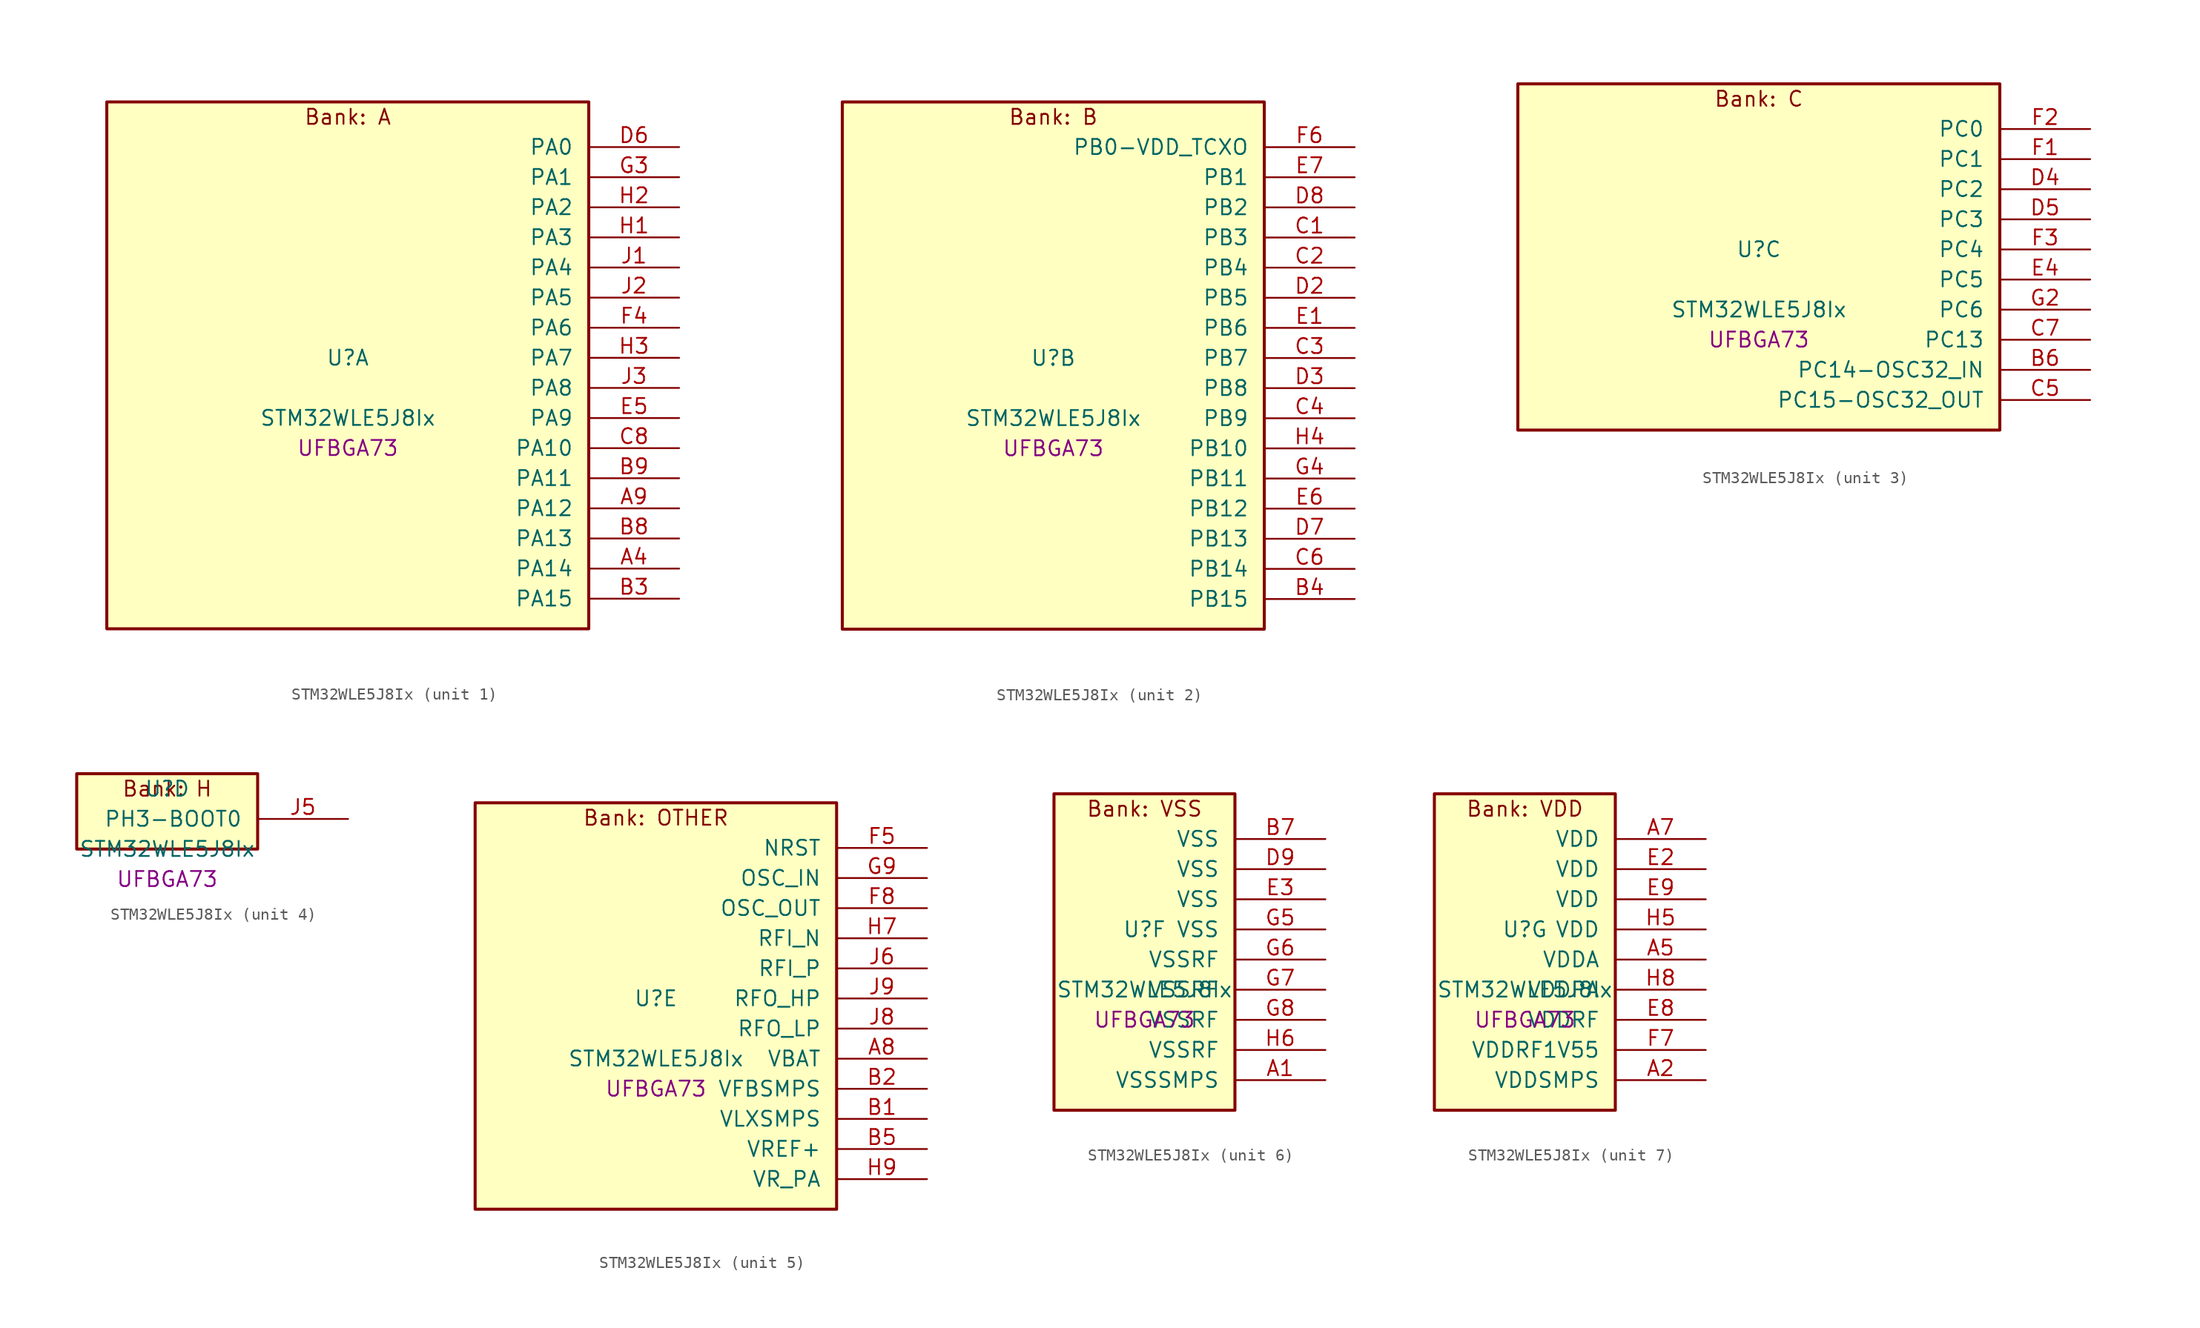
<source format=kicad_sym>
(kicad_symbol_lib
  (version 20241209)
  (generator "stm32_pkl_generator")
  (generator_version "1.0")
  (symbol "STM32WLE5J8Ix"
    (pin_names
      (offset 1.27))
    (property "Reference" "U"
      (at 0 2.54 0))
    (property "Value" "STM32WLE5J8Ix"
      (at 0 -2.54 0))
    (property "Footprint" "UFBGA73"
      (at 0 -5.08 0))
    (symbol "STM32WLE5J8Ix_1_1"
      (rectangle (start -20.32 24.13) (end 20.32 -20.32) (stroke (width 0.254) (type solid)) (fill (type background)))
      (text "Bank: A" (at 0 22.86 0))
      (pin bidirectional line (at 27.94 20.32 180) (length 7.62) (name "PA0") (number "D6") (alternate "PA0/COMP1_OUT" bidirectional line) (alternate "PA0/DEBUG_PWR-REGLP1S" bidirectional line) (alternate "PA0/I2C3_SMBA" bidirectional line) (alternate "PA0/I2S_CKIN" bidirectional line) (alternate "PA0/PWR_WKUP1" bidirectional line) (alternate "PA0/RTC_TAMP_IN2" bidirectional line) (alternate "PA0/TIM2_CH1" bidirectional line) (alternate "PA0/TIM2_ETR" bidirectional line) (alternate "PA0/USART2_CTS" bidirectional line) (alternate "PA0/USART2_NSS" bidirectional line))
      (pin bidirectional line (at 27.94 17.78 180) (length 7.62) (name "PA1") (number "G3") (alternate "PA1/DEBUG_PWR-REGLP2S" bidirectional line) (alternate "PA1/I2C1_SMBA" bidirectional line) (alternate "PA1/LPTIM3_OUT" bidirectional line) (alternate "PA1/LPUART1_RTS" bidirectional line) (alternate "PA1/SPI1_SCK" bidirectional line) (alternate "PA1/TIM2_CH2" bidirectional line) (alternate "PA1/USART2_DE" bidirectional line) (alternate "PA1/USART2_RTS" bidirectional line))
      (pin bidirectional line (at 27.94 15.24 180) (length 7.62) (name "PA2") (number "H2") (alternate "PA2/COMP2_OUT" bidirectional line) (alternate "PA2/DEBUG_PWR-LDORDY" bidirectional line) (alternate "PA2/LPUART1_TX" bidirectional line) (alternate "PA2/RCC_LSCO" bidirectional line) (alternate "PA2/TIM2_CH3" bidirectional line) (alternate "PA2/USART2_TX" bidirectional line))
      (pin bidirectional line (at 27.94 12.7 180) (length 7.62) (name "PA3") (number "H1") (alternate "PA3/I2S2_MCK" bidirectional line) (alternate "PA3/LPUART1_RX" bidirectional line) (alternate "PA3/TIM2_CH4" bidirectional line) (alternate "PA3/USART2_RX" bidirectional line))
      (pin bidirectional line (at 27.94 10.16 180) (length 7.62) (name "PA4") (number "J1") (alternate "PA4/DEBUG_SUBGHZSPI-NSSOUT" bidirectional line) (alternate "PA4/LPTIM1_OUT" bidirectional line) (alternate "PA4/LPTIM2_OUT" bidirectional line) (alternate "PA4/RTC_OUT2" bidirectional line) (alternate "PA4/SPI1_NSS" bidirectional line) (alternate "PA4/USART2_CK" bidirectional line))
      (pin bidirectional line (at 27.94 7.62 180) (length 7.62) (name "PA5") (number "J2") (alternate "PA5/DEBUG_SUBGHZSPI-SCKOUT" bidirectional line) (alternate "PA5/LPTIM2_ETR" bidirectional line) (alternate "PA5/SPI1_SCK" bidirectional line) (alternate "PA5/SPI2_MISO" bidirectional line) (alternate "PA5/TIM2_CH1" bidirectional line) (alternate "PA5/TIM2_ETR" bidirectional line))
      (pin bidirectional line (at 27.94 5.08 180) (length 7.62) (name "PA6") (number "F4") (alternate "PA6/DEBUG_SUBGHZSPI-MISOOUT" bidirectional line) (alternate "PA6/I2C2_SMBA" bidirectional line) (alternate "PA6/LPUART1_CTS" bidirectional line) (alternate "PA6/SPI1_MISO" bidirectional line) (alternate "PA6/TIM16_CH1" bidirectional line) (alternate "PA6/TIM1_BKIN" bidirectional line))
      (pin bidirectional line (at 27.94 2.54 180) (length 7.62) (name "PA7") (number "H3") (alternate "PA7/COMP2_OUT" bidirectional line) (alternate "PA7/DEBUG_SUBGHZSPI-MOSIOUT" bidirectional line) (alternate "PA7/I2C3_SCL" bidirectional line) (alternate "PA7/SPI1_MOSI" bidirectional line) (alternate "PA7/TIM17_CH1" bidirectional line) (alternate "PA7/TIM1_CH1N" bidirectional line))
      (pin bidirectional line (at 27.94 0 180) (length 7.62) (name "PA8") (number "J3") (alternate "PA8/I2S2_CK" bidirectional line) (alternate "PA8/LPTIM2_OUT" bidirectional line) (alternate "PA8/RCC_MCO" bidirectional line) (alternate "PA8/SPI2_SCK" bidirectional line) (alternate "PA8/TIM1_CH1" bidirectional line) (alternate "PA8/USART1_CK" bidirectional line))
      (pin bidirectional line (at 27.94 -2.54 180) (length 7.62) (name "PA9") (number "E5") (alternate "PA9/DAC_EXTI9" bidirectional line) (alternate "PA9/I2C1_SCL" bidirectional line) (alternate "PA9/I2S2_CK" bidirectional line) (alternate "PA9/I2S2_WS" bidirectional line) (alternate "PA9/SPI2_NSS" bidirectional line) (alternate "PA9/SPI2_SCK" bidirectional line) (alternate "PA9/TIM1_CH2" bidirectional line) (alternate "PA9/USART1_TX" bidirectional line))
      (pin bidirectional line (at 27.94 -5.08 180) (length 7.62) (name "PA10") (number "C8") (alternate "PA10/ADC_IN6" bidirectional line) (alternate "PA10/COMP1_INM" bidirectional line) (alternate "PA10/COMP2_INM" bidirectional line) (alternate "PA10/DAC_OUT1" bidirectional line) (alternate "PA10/DEBUG_RF-HSE32RDY" bidirectional line) (alternate "PA10/I2C1_SDA" bidirectional line) (alternate "PA10/I2S2_SD" bidirectional line) (alternate "PA10/RTC_REFIN" bidirectional line) (alternate "PA10/SPI2_MOSI" bidirectional line) (alternate "PA10/TIM17_BKIN" bidirectional line) (alternate "PA10/TIM1_CH3" bidirectional line) (alternate "PA10/USART1_RX" bidirectional line))
      (pin bidirectional line (at 27.94 -7.62 180) (length 7.62) (name "PA11") (number "B9") (alternate "PA11/ADC_EXTI11" bidirectional line) (alternate "PA11/ADC_IN7" bidirectional line) (alternate "PA11/COMP1_INM" bidirectional line) (alternate "PA11/COMP2_INM" bidirectional line) (alternate "PA11/DEBUG_RF-NRESET" bidirectional line) (alternate "PA11/I2C2_SDA" bidirectional line) (alternate "PA11/LPTIM3_ETR" bidirectional line) (alternate "PA11/SPI1_MISO" bidirectional line) (alternate "PA11/TIM1_BKIN2" bidirectional line) (alternate "PA11/TIM1_CH4" bidirectional line) (alternate "PA11/USART1_CTS" bidirectional line) (alternate "PA11/USART1_NSS" bidirectional line))
      (pin bidirectional line (at 27.94 -10.16 180) (length 7.62) (name "PA12") (number "A9") (alternate "PA12/ADC_IN8" bidirectional line) (alternate "PA12/DEBUG_RF-BUSY" bidirectional line) (alternate "PA12/I2C2_SCL" bidirectional line) (alternate "PA12/LPTIM3_IN1" bidirectional line) (alternate "PA12/SPI1_MOSI" bidirectional line) (alternate "PA12/TIM1_ETR" bidirectional line) (alternate "PA12/USART1_DE" bidirectional line) (alternate "PA12/USART1_RTS" bidirectional line))
      (pin bidirectional line (at 27.94 -12.7 180) (length 7.62) (name "PA13") (number "B8") (alternate "PA13/ADC_IN9" bidirectional line) (alternate "PA13/DEBUG_JTMS-SWDIO" bidirectional line) (alternate "PA13/I2C2_SMBA" bidirectional line) (alternate "PA13/IR_OUT" bidirectional line))
      (pin bidirectional line (at 27.94 -15.24 180) (length 7.62) (name "PA14") (number "A4") (alternate "PA14/ADC_IN10" bidirectional line) (alternate "PA14/DEBUG_JTCK-SWCLK" bidirectional line) (alternate "PA14/I2C1_SMBA" bidirectional line) (alternate "PA14/LPTIM1_OUT" bidirectional line))
      (pin bidirectional line (at 27.94 -17.78 180) (length 7.62) (name "PA15") (number "B3") (alternate "PA15/ADC_IN11" bidirectional line) (alternate "PA15/COMP1_INM" bidirectional line) (alternate "PA15/COMP2_INP" bidirectional line) (alternate "PA15/DEBUG_JTDI" bidirectional line) (alternate "PA15/I2C2_SDA" bidirectional line) (alternate "PA15/SPI1_NSS" bidirectional line) (alternate "PA15/TIM2_CH1" bidirectional line) (alternate "PA15/TIM2_ETR" bidirectional line)))
    (symbol "STM32WLE5J8Ix_2_1"
      (rectangle (start -17.78 24.13) (end 17.78 -20.32) (stroke (width 0.254) (type solid)) (fill (type background)))
      (text "Bank: B" (at 0 22.86 0))
      (pin bidirectional line (at 25.4 20.32 180) (length 7.62) (name "PB0-VDD_TCXO") (number "F6") (alternate "PB0-VDD_TCXO/COMP1_OUT" bidirectional line) (alternate "PB0-VDD_TCXO/VDDTCXO" bidirectional line))
      (pin bidirectional line (at 25.4 17.78 180) (length 7.62) (name "PB1") (number "E7") (alternate "PB1/ADC_IN5" bidirectional line) (alternate "PB1/COMP2_INP" bidirectional line) (alternate "PB1/LPTIM2_IN1" bidirectional line) (alternate "PB1/LPUART1_DE" bidirectional line) (alternate "PB1/LPUART1_RTS" bidirectional line))
      (pin bidirectional line (at 25.4 15.24 180) (length 7.62) (name "PB2") (number "D8") (alternate "PB2/ADC_IN4" bidirectional line) (alternate "PB2/COMP1_INP" bidirectional line) (alternate "PB2/COMP2_INM" bidirectional line) (alternate "PB2/DEBUG_RF-SMPSRDY" bidirectional line) (alternate "PB2/I2C3_SMBA" bidirectional line) (alternate "PB2/LPTIM1_OUT" bidirectional line) (alternate "PB2/SPI1_NSS" bidirectional line))
      (pin bidirectional line (at 25.4 12.7 180) (length 7.62) (name "PB3") (number "C1") (alternate "PB3/ADC_IN2" bidirectional line) (alternate "PB3/COMP1_INM" bidirectional line) (alternate "PB3/COMP2_INM" bidirectional line) (alternate "PB3/DEBUG_JTDO-SWO" bidirectional line) (alternate "PB3/DEBUG_RF-DTB1" bidirectional line) (alternate "PB3/PWR_WKUP3" bidirectional line) (alternate "PB3/RTC_TAMP_IN3" bidirectional line) (alternate "PB3/SPI1_SCK" bidirectional line) (alternate "PB3/TIM2_CH2" bidirectional line) (alternate "PB3/USART1_DE" bidirectional line) (alternate "PB3/USART1_RTS" bidirectional line))
      (pin bidirectional line (at 25.4 10.16 180) (length 7.62) (name "PB4") (number "C2") (alternate "PB4/ADC_IN3" bidirectional line) (alternate "PB4/COMP1_INP" bidirectional line) (alternate "PB4/COMP2_INP" bidirectional line) (alternate "PB4/DEBUG_JTRST" bidirectional line) (alternate "PB4/DEBUG_RF-LDORDY" bidirectional line) (alternate "PB4/I2C3_SDA" bidirectional line) (alternate "PB4/SPI1_MISO" bidirectional line) (alternate "PB4/TIM17_BKIN" bidirectional line) (alternate "PB4/USART1_CTS" bidirectional line) (alternate "PB4/USART1_NSS" bidirectional line))
      (pin bidirectional line (at 25.4 7.62 180) (length 7.62) (name "PB5") (number "D2") (alternate "PB5/COMP2_OUT" bidirectional line) (alternate "PB5/I2C1_SMBA" bidirectional line) (alternate "PB5/LPTIM1_IN1" bidirectional line) (alternate "PB5/SPI1_MOSI" bidirectional line) (alternate "PB5/TIM16_BKIN" bidirectional line) (alternate "PB5/USART1_CK" bidirectional line))
      (pin bidirectional line (at 25.4 5.08 180) (length 7.62) (name "PB6") (number "E1") (alternate "PB6/I2C1_SCL" bidirectional line) (alternate "PB6/LPTIM1_ETR" bidirectional line) (alternate "PB6/TIM16_CH1N" bidirectional line) (alternate "PB6/USART1_TX" bidirectional line))
      (pin bidirectional line (at 25.4 2.54 180) (length 7.62) (name "PB7") (number "C3") (alternate "PB7/I2C1_SDA" bidirectional line) (alternate "PB7/LPTIM1_IN2" bidirectional line) (alternate "PB7/PWR_PVD_IN" bidirectional line) (alternate "PB7/TIM17_CH1N" bidirectional line) (alternate "PB7/TIM1_BKIN" bidirectional line) (alternate "PB7/USART1_RX" bidirectional line))
      (pin bidirectional line (at 25.4 0 180) (length 7.62) (name "PB8") (number "D3") (alternate "PB8/I2C1_SCL" bidirectional line) (alternate "PB8/TIM16_CH1" bidirectional line) (alternate "PB8/TIM1_CH2N" bidirectional line))
      (pin bidirectional line (at 25.4 -2.54 180) (length 7.62) (name "PB9") (number "C4") (alternate "PB9/DAC_EXTI9" bidirectional line) (alternate "PB9/I2C1_SDA" bidirectional line) (alternate "PB9/I2S2_WS" bidirectional line) (alternate "PB9/IR_OUT" bidirectional line) (alternate "PB9/SPI2_NSS" bidirectional line) (alternate "PB9/TIM17_CH1" bidirectional line) (alternate "PB9/TIM1_CH3N" bidirectional line))
      (pin bidirectional line (at 25.4 -5.08 180) (length 7.62) (name "PB10") (number "H4") (alternate "PB10/COMP1_OUT" bidirectional line) (alternate "PB10/I2C3_SCL" bidirectional line) (alternate "PB10/I2S2_CK" bidirectional line) (alternate "PB10/LPUART1_RX" bidirectional line) (alternate "PB10/SPI2_SCK" bidirectional line) (alternate "PB10/TIM2_CH3" bidirectional line))
      (pin bidirectional line (at 25.4 -7.62 180) (length 7.62) (name "PB11") (number "G4") (alternate "PB11/ADC_EXTI11" bidirectional line) (alternate "PB11/COMP2_OUT" bidirectional line) (alternate "PB11/I2C3_SDA" bidirectional line) (alternate "PB11/LPUART1_TX" bidirectional line) (alternate "PB11/TIM2_CH4" bidirectional line))
      (pin bidirectional line (at 25.4 -10.16 180) (length 7.62) (name "PB12") (number "E6") (alternate "PB12/I2C3_SMBA" bidirectional line) (alternate "PB12/I2S2_WS" bidirectional line) (alternate "PB12/LPUART1_RTS" bidirectional line) (alternate "PB12/SPI2_NSS" bidirectional line) (alternate "PB12/TIM1_BKIN" bidirectional line))
      (pin bidirectional line (at 25.4 -12.7 180) (length 7.62) (name "PB13") (number "D7") (alternate "PB13/ADC_IN0" bidirectional line) (alternate "PB13/I2C3_SCL" bidirectional line) (alternate "PB13/I2S2_CK" bidirectional line) (alternate "PB13/LPUART1_CTS" bidirectional line) (alternate "PB13/SPI2_SCK" bidirectional line) (alternate "PB13/TIM1_CH1N" bidirectional line))
      (pin bidirectional line (at 25.4 -15.24 180) (length 7.62) (name "PB14") (number "C6") (alternate "PB14/ADC_IN1" bidirectional line) (alternate "PB14/I2C3_SDA" bidirectional line) (alternate "PB14/I2S2_MCK" bidirectional line) (alternate "PB14/SPI2_MISO" bidirectional line) (alternate "PB14/TIM1_CH2N" bidirectional line))
      (pin bidirectional line (at 25.4 -17.78 180) (length 7.62) (name "PB15") (number "B4") (alternate "PB15/I2C2_SCL" bidirectional line) (alternate "PB15/I2S2_SD" bidirectional line) (alternate "PB15/SPI2_MOSI" bidirectional line) (alternate "PB15/TIM1_CH3N" bidirectional line)))
    (symbol "STM32WLE5J8Ix_3_1"
      (rectangle (start -20.32 16.51) (end 20.32 -12.7) (stroke (width 0.254) (type solid)) (fill (type background)))
      (text "Bank: C" (at 0 15.24 0))
      (pin bidirectional line (at 27.94 12.7 180) (length 7.62) (name "PC0") (number "F2") (alternate "PC0/I2C3_SCL" bidirectional line) (alternate "PC0/LPTIM1_IN1" bidirectional line) (alternate "PC0/LPTIM2_IN1" bidirectional line) (alternate "PC0/LPUART1_RX" bidirectional line))
      (pin bidirectional line (at 27.94 10.16 180) (length 7.62) (name "PC1") (number "F1") (alternate "PC1/I2C3_SDA" bidirectional line) (alternate "PC1/I2S2_SD" bidirectional line) (alternate "PC1/LPTIM1_OUT" bidirectional line) (alternate "PC1/LPUART1_TX" bidirectional line) (alternate "PC1/SPI2_MOSI" bidirectional line))
      (pin bidirectional line (at 27.94 7.62 180) (length 7.62) (name "PC2") (number "D4") (alternate "PC2/LPTIM1_IN2" bidirectional line) (alternate "PC2/SPI2_MISO" bidirectional line))
      (pin bidirectional line (at 27.94 5.08 180) (length 7.62) (name "PC3") (number "D5") (alternate "PC3/I2S2_SD" bidirectional line) (alternate "PC3/LPTIM1_ETR" bidirectional line) (alternate "PC3/LPTIM2_ETR" bidirectional line) (alternate "PC3/SPI2_MOSI" bidirectional line))
      (pin bidirectional line (at 27.94 2.54 180) (length 7.62) (name "PC4") (number "F3"))
      (pin bidirectional line (at 27.94 0 180) (length 7.62) (name "PC5") (number "E4"))
      (pin bidirectional line (at 27.94 -2.54 180) (length 7.62) (name "PC6") (number "G2") (alternate "PC6/I2S2_MCK" bidirectional line))
      (pin bidirectional line (at 27.94 -5.08 180) (length 7.62) (name "PC13") (number "C7") (alternate "PC13/PWR_WKUP2" bidirectional line) (alternate "PC13/RTC_OUT1" bidirectional line) (alternate "PC13/RTC_TAMP_IN1" bidirectional line) (alternate "PC13/RTC_TS" bidirectional line))
      (pin bidirectional line (at 27.94 -7.62 180) (length 7.62) (name "PC14-OSC32_IN") (number "B6") (alternate "PC14-OSC32_IN/RCC_OSC32_IN" bidirectional line))
      (pin bidirectional line (at 27.94 -10.16 180) (length 7.62) (name "PC15-OSC32_OUT") (number "C5") (alternate "PC15-OSC32_OUT/RCC_OSC32_OUT" bidirectional line)))
    (symbol "STM32WLE5J8Ix_4_1"
      (rectangle (start -7.62 3.81) (end 7.62 -2.54) (stroke (width 0.254) (type solid)) (fill (type background)))
      (text "Bank: H" (at 0 2.54 0))
      (pin bidirectional line (at 15.24 0 180) (length 7.62) (name "PH3-BOOT0") (number "J5")))
    (symbol "STM32WLE5J8Ix_5_1"
      (rectangle (start -15.24 19.05) (end 15.24 -15.24) (stroke (width 0.254) (type solid)) (fill (type background)))
      (text "Bank: OTHER" (at 0 17.78 0))
      (pin input line (at 22.86 15.24 180) (length 7.62) (name "NRST") (number "F5"))
      (pin bidirectional line (at 22.86 12.7 180) (length 7.62) (name "OSC_IN") (number "G9") (alternate "OSC_IN/RCC_OSC_IN" bidirectional line))
      (pin bidirectional line (at 22.86 10.16 180) (length 7.62) (name "OSC_OUT") (number "F8") (alternate "OSC_OUT/RCC_OSC_OUT" bidirectional line))
      (pin bidirectional line (at 22.86 7.62 180) (length 7.62) (name "RFI_N") (number "H7"))
      (pin bidirectional line (at 22.86 5.08 180) (length 7.62) (name "RFI_P") (number "J6"))
      (pin bidirectional line (at 22.86 2.54 180) (length 7.62) (name "RFO_HP") (number "J9"))
      (pin bidirectional line (at 22.86 0 180) (length 7.62) (name "RFO_LP") (number "J8"))
      (pin power_in line (at 22.86 -2.54 180) (length 7.62) (name "VBAT") (number "A8"))
      (pin power_in line (at 22.86 -5.08 180) (length 7.62) (name "VFBSMPS") (number "B2"))
      (pin power_in line (at 22.86 -7.62 180) (length 7.62) (name "VLXSMPS") (number "B1"))
      (pin bidirectional line (at 22.86 -10.16 180) (length 7.62) (name "VREF+") (number "B5") (alternate "VREF+/VREFBUF_OUT" bidirectional line))
      (pin power_in line (at 22.86 -12.7 180) (length 7.62) (name "VR_PA") (number "H9")))
    (symbol "STM32WLE5J8Ix_6_1"
      (rectangle (start -7.62 13.97) (end 7.62 -12.7) (stroke (width 0.254) (type solid)) (fill (type background)))
      (text "Bank: VSS" (at 0 12.7 0))
      (pin power_in line (at 15.24 10.16 180) (length 7.62) (name "VSS") (number "B7"))
      (pin power_in line (at 15.24 7.62 180) (length 7.62) (name "VSS") (number "D9"))
      (pin power_in line (at 15.24 5.08 180) (length 7.62) (name "VSS") (number "E3"))
      (pin power_in line (at 15.24 2.54 180) (length 7.62) (name "VSS") (number "G5"))
      (pin power_in line (at 15.24 0 180) (length 7.62) (name "VSSRF") (number "G6"))
      (pin power_in line (at 15.24 -2.54 180) (length 7.62) (name "VSSRF") (number "G7"))
      (pin power_in line (at 15.24 -5.08 180) (length 7.62) (name "VSSRF") (number "G8"))
      (pin power_in line (at 15.24 -7.62 180) (length 7.62) (name "VSSRF") (number "H6"))
      (pin power_in line (at 15.24 -10.16 180) (length 7.62) (name "VSSSMPS") (number "A1")))
    (symbol "STM32WLE5J8Ix_7_1"
      (rectangle (start -7.62 13.97) (end 7.62 -12.7) (stroke (width 0.254) (type solid)) (fill (type background)))
      (text "Bank: VDD" (at 0 12.7 0))
      (pin power_in line (at 15.24 10.16 180) (length 7.62) (name "VDD") (number "A7"))
      (pin power_in line (at 15.24 7.62 180) (length 7.62) (name "VDD") (number "E2"))
      (pin power_in line (at 15.24 5.08 180) (length 7.62) (name "VDD") (number "E9"))
      (pin power_in line (at 15.24 2.54 180) (length 7.62) (name "VDD") (number "H5"))
      (pin power_in line (at 15.24 0 180) (length 7.62) (name "VDDA") (number "A5"))
      (pin power_in line (at 15.24 -2.54 180) (length 7.62) (name "VDDPA") (number "H8"))
      (pin power_in line (at 15.24 -5.08 180) (length 7.62) (name "VDDRF") (number "E8"))
      (pin power_in line (at 15.24 -7.62 180) (length 7.62) (name "VDDRF1V55") (number "F7"))
      (pin power_in line (at 15.24 -10.16 180) (length 7.62) (name "VDDSMPS") (number "A2")))))
</source>
